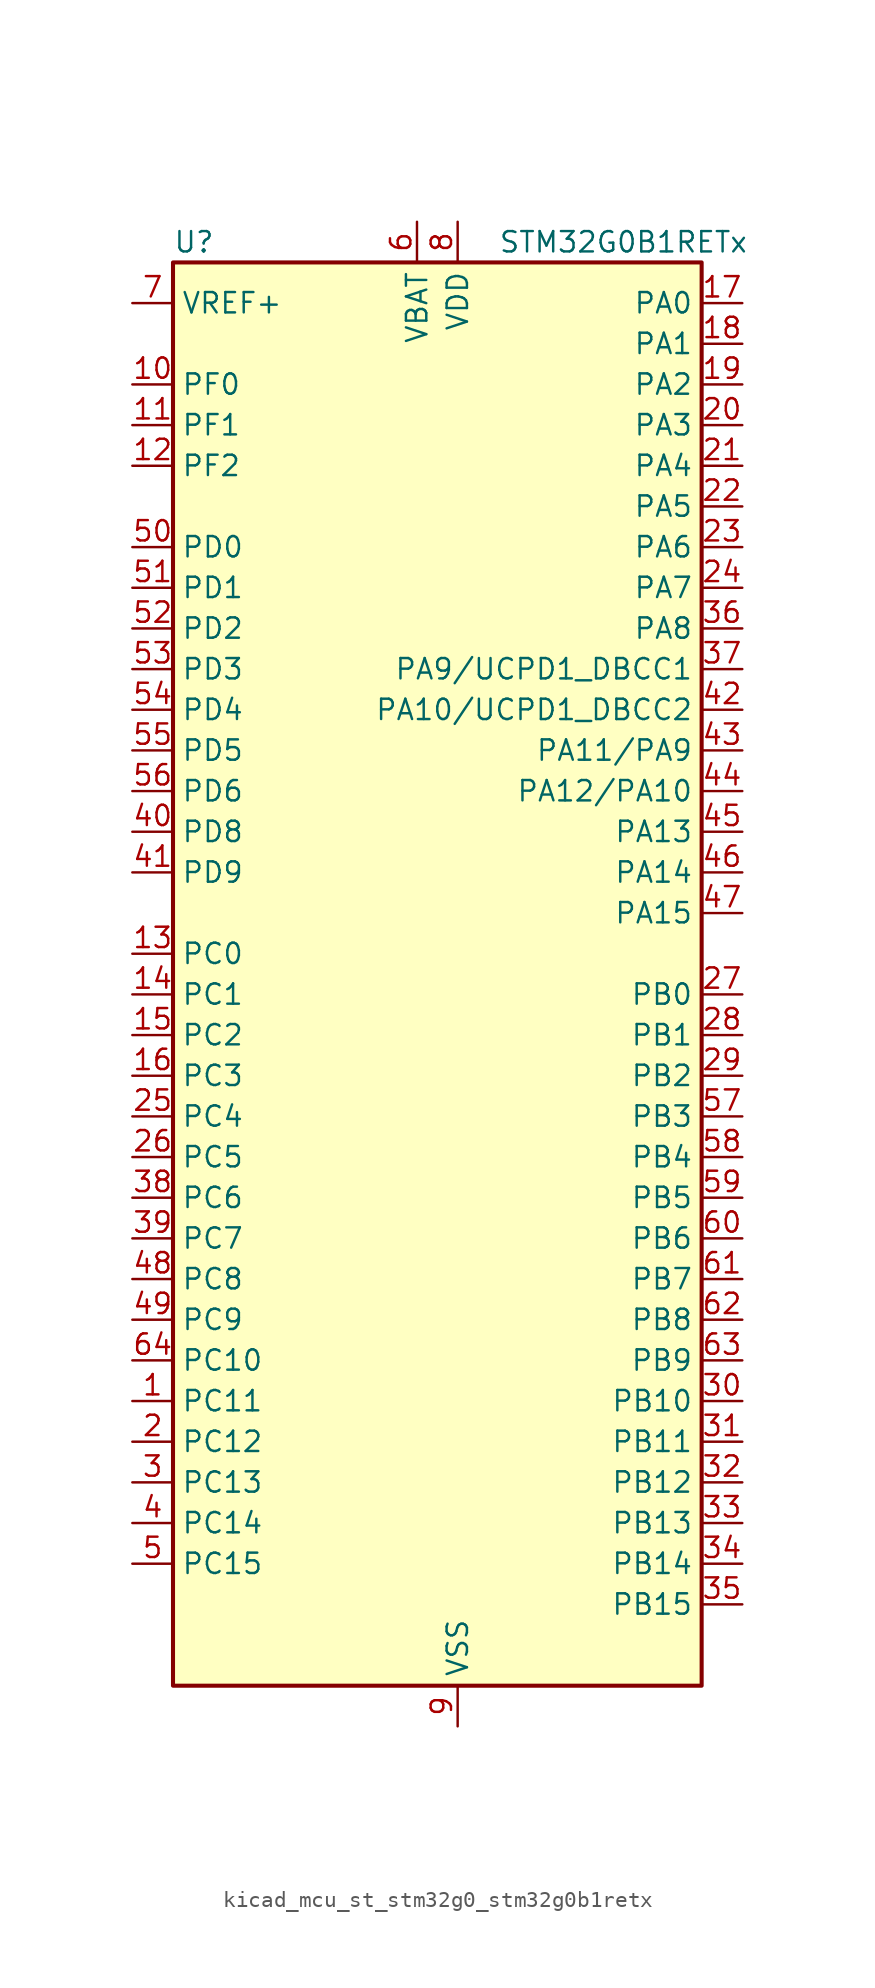
<source format=kicad_sym>
(kicad_symbol_lib
  (version 20220914)
  (generator kicad_symbol_editor)
  (symbol "kicad_mcu_st_stm32g0_stm32g0b1retx"
    (property "Reference" "U"
      (at -15.24 46.99 0)
      (effects (font (size 1.27 1.27)) (justify left)))
    (property "Value" "STM32G0B1RETx"
      (at 5.08 46.99 0)
      (effects (font (size 1.27 1.27)) (justify left)))
    (property "ki_locked" ""
      (at 0 0 0)
      (effects (font (size 1.27 1.27))))
    (symbol "kicad_mcu_st_stm32g0_stm32g0b1retx_0_1"
      (rectangle (start -15.24 -43.18) (end 17.78 45.72) (stroke (width 0.254) (type default)) (fill (type background))))
    (symbol "kicad_mcu_st_stm32g0_stm32g0b1retx_1_1"
      (pin bidirectional line (at -17.78 -25.4 0) (length 2.54) (name "PC11" (effects (font (size 1.27 1.27)))) (number "1" (effects (font (size 1.27 1.27)))) (alternate "ADC1_EXTI11" bidirectional line) (alternate "SPI3_MISO" bidirectional line) (alternate "TIM1_CH4" bidirectional line) (alternate "USART3_RX" bidirectional line) (alternate "USART4_RX" bidirectional line))
      (pin bidirectional line (at -17.78 38.1 0) (length 2.54) (name "PF0" (effects (font (size 1.27 1.27)))) (number "10" (effects (font (size 1.27 1.27)))) (alternate "CRS1_SYNC" bidirectional line) (alternate "RCC_OSC_IN" bidirectional line) (alternate "TIM14_CH1" bidirectional line))
      (pin bidirectional line (at -17.78 35.56 0) (length 2.54) (name "PF1" (effects (font (size 1.27 1.27)))) (number "11" (effects (font (size 1.27 1.27)))) (alternate "RCC_OSC_EN" bidirectional line) (alternate "RCC_OSC_OUT" bidirectional line) (alternate "TIM15_CH1N" bidirectional line))
      (pin bidirectional line (at -17.78 33.02 0) (length 2.54) (name "PF2" (effects (font (size 1.27 1.27)))) (number "12" (effects (font (size 1.27 1.27)))) (alternate "LPUART2_DE" bidirectional line) (alternate "LPUART2_RTS" bidirectional line) (alternate "LPUART2_TX" bidirectional line) (alternate "RCC_MCO" bidirectional line))
      (pin bidirectional line (at -17.78 2.54 0) (length 2.54) (name "PC0" (effects (font (size 1.27 1.27)))) (number "13" (effects (font (size 1.27 1.27)))) (alternate "COMP3_INM" bidirectional line) (alternate "COMP3_OUT" bidirectional line) (alternate "I2C3_SCL" bidirectional line) (alternate "LPTIM1_IN1" bidirectional line) (alternate "LPTIM2_IN1" bidirectional line) (alternate "LPUART1_RX" bidirectional line) (alternate "LPUART2_TX" bidirectional line) (alternate "USART6_TX" bidirectional line))
      (pin bidirectional line (at -17.78 0 0) (length 2.54) (name "PC1" (effects (font (size 1.27 1.27)))) (number "14" (effects (font (size 1.27 1.27)))) (alternate "COMP3_INP" bidirectional line) (alternate "I2C3_SDA" bidirectional line) (alternate "LPTIM1_OUT" bidirectional line) (alternate "LPUART1_TX" bidirectional line) (alternate "LPUART2_RX" bidirectional line) (alternate "TIM15_CH1" bidirectional line) (alternate "USART6_RX" bidirectional line))
      (pin bidirectional line (at -17.78 -2.54 0) (length 2.54) (name "PC2" (effects (font (size 1.27 1.27)))) (number "15" (effects (font (size 1.27 1.27)))) (alternate "COMP3_OUT" bidirectional line) (alternate "FDCAN2_RX" bidirectional line) (alternate "I2S2_MCK" bidirectional line) (alternate "LPTIM1_IN2" bidirectional line) (alternate "SPI2_MISO" bidirectional line) (alternate "TIM15_CH2" bidirectional line))
      (pin bidirectional line (at -17.78 -5.08 0) (length 2.54) (name "PC3" (effects (font (size 1.27 1.27)))) (number "16" (effects (font (size 1.27 1.27)))) (alternate "FDCAN2_TX" bidirectional line) (alternate "I2S2_SD" bidirectional line) (alternate "LPTIM1_ETR" bidirectional line) (alternate "LPTIM2_ETR" bidirectional line) (alternate "SPI2_MOSI" bidirectional line))
      (pin bidirectional line (at 20.32 43.18 180) (length 2.54) (name "PA0" (effects (font (size 1.27 1.27)))) (number "17" (effects (font (size 1.27 1.27)))) (alternate "ADC1_IN0" bidirectional line) (alternate "COMP1_INM" bidirectional line) (alternate "COMP1_OUT" bidirectional line) (alternate "I2S2_CK" bidirectional line) (alternate "LPTIM1_OUT" bidirectional line) (alternate "RTC_TAMP_IN2" bidirectional line) (alternate "SPI2_SCK" bidirectional line) (alternate "SYS_WKUP1" bidirectional line) (alternate "TIM2_CH1" bidirectional line) (alternate "TIM2_ETR" bidirectional line) (alternate "UCPD2_FRSTX1" bidirectional line) (alternate "UCPD2_FRSTX2" bidirectional line) (alternate "USART2_CTS" bidirectional line) (alternate "USART2_NSS" bidirectional line) (alternate "USART4_TX" bidirectional line))
      (pin bidirectional line (at 20.32 40.64 180) (length 2.54) (name "PA1" (effects (font (size 1.27 1.27)))) (number "18" (effects (font (size 1.27 1.27)))) (alternate "ADC1_IN1" bidirectional line) (alternate "COMP1_INP" bidirectional line) (alternate "I2C1_SMBA" bidirectional line) (alternate "I2S1_CK" bidirectional line) (alternate "SPI1_SCK" bidirectional line) (alternate "TIM15_CH1N" bidirectional line) (alternate "TIM2_CH2" bidirectional line) (alternate "USART2_CK" bidirectional line) (alternate "USART2_DE" bidirectional line) (alternate "USART2_RTS" bidirectional line) (alternate "USART4_RX" bidirectional line))
      (pin bidirectional line (at 20.32 38.1 180) (length 2.54) (name "PA2" (effects (font (size 1.27 1.27)))) (number "19" (effects (font (size 1.27 1.27)))) (alternate "ADC1_IN2" bidirectional line) (alternate "COMP2_INM" bidirectional line) (alternate "COMP2_OUT" bidirectional line) (alternate "I2S1_SD" bidirectional line) (alternate "LPUART1_TX" bidirectional line) (alternate "RCC_LSCO" bidirectional line) (alternate "SPI1_MOSI" bidirectional line) (alternate "SYS_WKUP4" bidirectional line) (alternate "TIM15_CH1" bidirectional line) (alternate "TIM2_CH3" bidirectional line) (alternate "UCPD1_FRSTX1" bidirectional line) (alternate "UCPD1_FRSTX2" bidirectional line) (alternate "USART2_TX" bidirectional line))
      (pin bidirectional line (at -17.78 -27.94 0) (length 2.54) (name "PC12" (effects (font (size 1.27 1.27)))) (number "2" (effects (font (size 1.27 1.27)))) (alternate "LPTIM1_IN1" bidirectional line) (alternate "SPI3_MOSI" bidirectional line) (alternate "TIM14_CH1" bidirectional line) (alternate "UCPD1_FRSTX1" bidirectional line) (alternate "UCPD1_FRSTX2" bidirectional line) (alternate "USART5_TX" bidirectional line))
      (pin bidirectional line (at 20.32 35.56 180) (length 2.54) (name "PA3" (effects (font (size 1.27 1.27)))) (number "20" (effects (font (size 1.27 1.27)))) (alternate "ADC1_IN3" bidirectional line) (alternate "COMP2_INP" bidirectional line) (alternate "I2S2_MCK" bidirectional line) (alternate "LPUART1_RX" bidirectional line) (alternate "SPI2_MISO" bidirectional line) (alternate "TIM15_CH2" bidirectional line) (alternate "TIM2_CH4" bidirectional line) (alternate "UCPD2_FRSTX1" bidirectional line) (alternate "UCPD2_FRSTX2" bidirectional line) (alternate "USART2_RX" bidirectional line))
      (pin bidirectional line (at 20.32 33.02 180) (length 2.54) (name "PA4" (effects (font (size 1.27 1.27)))) (number "21" (effects (font (size 1.27 1.27)))) (alternate "ADC1_IN4" bidirectional line) (alternate "DAC1_OUT1" bidirectional line) (alternate "I2S1_WS" bidirectional line) (alternate "I2S2_SD" bidirectional line) (alternate "LPTIM2_OUT" bidirectional line) (alternate "RTC_OUT2" bidirectional line) (alternate "SPI1_NSS" bidirectional line) (alternate "SPI2_MOSI" bidirectional line) (alternate "SPI3_NSS" bidirectional line) (alternate "TIM14_CH1" bidirectional line) (alternate "UCPD2_FRSTX1" bidirectional line) (alternate "UCPD2_FRSTX2" bidirectional line) (alternate "USART6_TX" bidirectional line) (alternate "USB_NOE" bidirectional line))
      (pin bidirectional line (at 20.32 30.48 180) (length 2.54) (name "PA5" (effects (font (size 1.27 1.27)))) (number "22" (effects (font (size 1.27 1.27)))) (alternate "ADC1_IN5" bidirectional line) (alternate "CEC" bidirectional line) (alternate "DAC1_OUT2" bidirectional line) (alternate "I2S1_CK" bidirectional line) (alternate "LPTIM2_ETR" bidirectional line) (alternate "SPI1_SCK" bidirectional line) (alternate "TIM2_CH1" bidirectional line) (alternate "TIM2_ETR" bidirectional line) (alternate "UCPD1_FRSTX1" bidirectional line) (alternate "UCPD1_FRSTX2" bidirectional line) (alternate "USART3_TX" bidirectional line) (alternate "USART6_RX" bidirectional line))
      (pin bidirectional line (at 20.32 27.94 180) (length 2.54) (name "PA6" (effects (font (size 1.27 1.27)))) (number "23" (effects (font (size 1.27 1.27)))) (alternate "ADC1_IN6" bidirectional line) (alternate "COMP1_OUT" bidirectional line) (alternate "I2C2_SDA" bidirectional line) (alternate "I2C3_SDA" bidirectional line) (alternate "I2S1_MCK" bidirectional line) (alternate "LPUART1_CTS" bidirectional line) (alternate "SPI1_MISO" bidirectional line) (alternate "TIM16_CH1" bidirectional line) (alternate "TIM1_BK" bidirectional line) (alternate "TIM3_CH1" bidirectional line) (alternate "USART3_CTS" bidirectional line) (alternate "USART3_NSS" bidirectional line) (alternate "USART6_CTS" bidirectional line) (alternate "USART6_NSS" bidirectional line))
      (pin bidirectional line (at 20.32 25.4 180) (length 2.54) (name "PA7" (effects (font (size 1.27 1.27)))) (number "24" (effects (font (size 1.27 1.27)))) (alternate "ADC1_IN7" bidirectional line) (alternate "COMP2_OUT" bidirectional line) (alternate "I2C2_SCL" bidirectional line) (alternate "I2C3_SCL" bidirectional line) (alternate "I2S1_SD" bidirectional line) (alternate "SPI1_MOSI" bidirectional line) (alternate "TIM14_CH1" bidirectional line) (alternate "TIM17_CH1" bidirectional line) (alternate "TIM1_CH1N" bidirectional line) (alternate "TIM3_CH2" bidirectional line) (alternate "UCPD1_FRSTX1" bidirectional line) (alternate "UCPD1_FRSTX2" bidirectional line) (alternate "USART6_CK" bidirectional line) (alternate "USART6_DE" bidirectional line) (alternate "USART6_RTS" bidirectional line))
      (pin bidirectional line (at -17.78 -7.62 0) (length 2.54) (name "PC4" (effects (font (size 1.27 1.27)))) (number "25" (effects (font (size 1.27 1.27)))) (alternate "ADC1_IN17" bidirectional line) (alternate "COMP1_INM" bidirectional line) (alternate "FDCAN1_RX" bidirectional line) (alternate "TIM2_CH1" bidirectional line) (alternate "TIM2_ETR" bidirectional line) (alternate "USART1_TX" bidirectional line) (alternate "USART3_TX" bidirectional line))
      (pin bidirectional line (at -17.78 -10.16 0) (length 2.54) (name "PC5" (effects (font (size 1.27 1.27)))) (number "26" (effects (font (size 1.27 1.27)))) (alternate "ADC1_IN18" bidirectional line) (alternate "COMP1_INP" bidirectional line) (alternate "FDCAN1_TX" bidirectional line) (alternate "SYS_WKUP5" bidirectional line) (alternate "TIM2_CH2" bidirectional line) (alternate "USART1_RX" bidirectional line) (alternate "USART3_RX" bidirectional line))
      (pin bidirectional line (at 20.32 0 180) (length 2.54) (name "PB0" (effects (font (size 1.27 1.27)))) (number "27" (effects (font (size 1.27 1.27)))) (alternate "ADC1_IN8" bidirectional line) (alternate "COMP1_OUT" bidirectional line) (alternate "COMP3_INP" bidirectional line) (alternate "FDCAN2_RX" bidirectional line) (alternate "I2S1_WS" bidirectional line) (alternate "LPTIM1_OUT" bidirectional line) (alternate "LPUART2_CTS" bidirectional line) (alternate "SPI1_NSS" bidirectional line) (alternate "TIM1_CH2N" bidirectional line) (alternate "TIM3_CH3" bidirectional line) (alternate "UCPD1_FRSTX1" bidirectional line) (alternate "UCPD1_FRSTX2" bidirectional line) (alternate "USART3_RX" bidirectional line) (alternate "USART5_TX" bidirectional line))
      (pin bidirectional line (at 20.32 -2.54 180) (length 2.54) (name "PB1" (effects (font (size 1.27 1.27)))) (number "28" (effects (font (size 1.27 1.27)))) (alternate "ADC1_IN9" bidirectional line) (alternate "COMP1_INM" bidirectional line) (alternate "COMP3_OUT" bidirectional line) (alternate "FDCAN2_TX" bidirectional line) (alternate "LPTIM2_IN1" bidirectional line) (alternate "LPUART1_DE" bidirectional line) (alternate "LPUART1_RTS" bidirectional line) (alternate "LPUART2_DE" bidirectional line) (alternate "LPUART2_RTS" bidirectional line) (alternate "TIM14_CH1" bidirectional line) (alternate "TIM1_CH3N" bidirectional line) (alternate "TIM3_CH4" bidirectional line) (alternate "USART3_CK" bidirectional line) (alternate "USART3_DE" bidirectional line) (alternate "USART3_RTS" bidirectional line) (alternate "USART5_RX" bidirectional line))
      (pin bidirectional line (at 20.32 -5.08 180) (length 2.54) (name "PB2" (effects (font (size 1.27 1.27)))) (number "29" (effects (font (size 1.27 1.27)))) (alternate "ADC1_IN10" bidirectional line) (alternate "COMP1_INP" bidirectional line) (alternate "COMP3_INM" bidirectional line) (alternate "I2S2_MCK" bidirectional line) (alternate "LPTIM1_OUT" bidirectional line) (alternate "RCC_MCO_2" bidirectional line) (alternate "SPI2_MISO" bidirectional line) (alternate "USART3_TX" bidirectional line))
      (pin bidirectional line (at -17.78 -30.48 0) (length 2.54) (name "PC13" (effects (font (size 1.27 1.27)))) (number "3" (effects (font (size 1.27 1.27)))) (alternate "RTC_OUT1" bidirectional line) (alternate "RTC_TAMP_IN1" bidirectional line) (alternate "RTC_TS" bidirectional line) (alternate "SYS_WKUP2" bidirectional line) (alternate "TIM1_BK" bidirectional line))
      (pin bidirectional line (at 20.32 -25.4 180) (length 2.54) (name "PB10" (effects (font (size 1.27 1.27)))) (number "30" (effects (font (size 1.27 1.27)))) (alternate "ADC1_IN11" bidirectional line) (alternate "CEC" bidirectional line) (alternate "COMP1_OUT" bidirectional line) (alternate "I2C2_SCL" bidirectional line) (alternate "I2S2_CK" bidirectional line) (alternate "LPUART1_RX" bidirectional line) (alternate "SPI2_SCK" bidirectional line) (alternate "TIM2_CH3" bidirectional line) (alternate "USART3_TX" bidirectional line))
      (pin bidirectional line (at 20.32 -27.94 180) (length 2.54) (name "PB11" (effects (font (size 1.27 1.27)))) (number "31" (effects (font (size 1.27 1.27)))) (alternate "ADC1_EXTI11" bidirectional line) (alternate "ADC1_IN15" bidirectional line) (alternate "COMP2_OUT" bidirectional line) (alternate "I2C2_SDA" bidirectional line) (alternate "I2S2_SD" bidirectional line) (alternate "LPUART1_TX" bidirectional line) (alternate "SPI2_MOSI" bidirectional line) (alternate "TIM2_CH4" bidirectional line) (alternate "USART3_RX" bidirectional line))
      (pin bidirectional line (at 20.32 -30.48 180) (length 2.54) (name "PB12" (effects (font (size 1.27 1.27)))) (number "32" (effects (font (size 1.27 1.27)))) (alternate "ADC1_IN16" bidirectional line) (alternate "FDCAN2_RX" bidirectional line) (alternate "I2C2_SMBA" bidirectional line) (alternate "I2S2_WS" bidirectional line) (alternate "LPUART1_DE" bidirectional line) (alternate "LPUART1_RTS" bidirectional line) (alternate "SPI2_NSS" bidirectional line) (alternate "TIM15_BK" bidirectional line) (alternate "TIM1_BK" bidirectional line) (alternate "UCPD2_FRSTX1" bidirectional line) (alternate "UCPD2_FRSTX2" bidirectional line))
      (pin bidirectional line (at 20.32 -33.02 180) (length 2.54) (name "PB13" (effects (font (size 1.27 1.27)))) (number "33" (effects (font (size 1.27 1.27)))) (alternate "FDCAN2_TX" bidirectional line) (alternate "I2C2_SCL" bidirectional line) (alternate "I2S2_CK" bidirectional line) (alternate "LPUART1_CTS" bidirectional line) (alternate "SPI2_SCK" bidirectional line) (alternate "TIM15_CH1N" bidirectional line) (alternate "TIM1_CH1N" bidirectional line) (alternate "USART3_CTS" bidirectional line) (alternate "USART3_NSS" bidirectional line))
      (pin bidirectional line (at 20.32 -35.56 180) (length 2.54) (name "PB14" (effects (font (size 1.27 1.27)))) (number "34" (effects (font (size 1.27 1.27)))) (alternate "I2C2_SDA" bidirectional line) (alternate "I2S2_MCK" bidirectional line) (alternate "SPI2_MISO" bidirectional line) (alternate "TIM15_CH1" bidirectional line) (alternate "TIM1_CH2N" bidirectional line) (alternate "UCPD1_FRSTX1" bidirectional line) (alternate "UCPD1_FRSTX2" bidirectional line) (alternate "USART3_CK" bidirectional line) (alternate "USART3_DE" bidirectional line) (alternate "USART3_RTS" bidirectional line) (alternate "USART6_CK" bidirectional line) (alternate "USART6_DE" bidirectional line) (alternate "USART6_RTS" bidirectional line))
      (pin bidirectional line (at 20.32 -38.1 180) (length 2.54) (name "PB15" (effects (font (size 1.27 1.27)))) (number "35" (effects (font (size 1.27 1.27)))) (alternate "I2S2_SD" bidirectional line) (alternate "RTC_REFIN" bidirectional line) (alternate "SPI2_MOSI" bidirectional line) (alternate "TIM15_CH1N" bidirectional line) (alternate "TIM15_CH2" bidirectional line) (alternate "TIM1_CH3N" bidirectional line) (alternate "UCPD1_CC2" bidirectional line) (alternate "USART6_CTS" bidirectional line) (alternate "USART6_NSS" bidirectional line))
      (pin bidirectional line (at 20.32 22.86 180) (length 2.54) (name "PA8" (effects (font (size 1.27 1.27)))) (number "36" (effects (font (size 1.27 1.27)))) (alternate "CRS1_SYNC" bidirectional line) (alternate "I2C2_SMBA" bidirectional line) (alternate "I2S2_WS" bidirectional line) (alternate "LPTIM2_OUT" bidirectional line) (alternate "RCC_MCO" bidirectional line) (alternate "SPI2_NSS" bidirectional line) (alternate "TIM1_CH1" bidirectional line) (alternate "UCPD1_CC1" bidirectional line))
      (pin bidirectional line (at 20.32 20.32 180) (length 2.54) (name "PA9/UCPD1_DBCC1" (effects (font (size 1.27 1.27)))) (number "37" (effects (font (size 1.27 1.27)))) (alternate "DAC1_EXTI9" bidirectional line) (alternate "I2C1_SCL" bidirectional line) (alternate "I2C2_SCL" bidirectional line) (alternate "I2S2_MCK" bidirectional line) (alternate "RCC_MCO" bidirectional line) (alternate "SPI2_MISO" bidirectional line) (alternate "TIM15_BK" bidirectional line) (alternate "TIM1_CH2" bidirectional line) (alternate "UCPD1_DBCC1" bidirectional line) (alternate "USART1_TX" bidirectional line))
      (pin bidirectional line (at -17.78 -12.7 0) (length 2.54) (name "PC6" (effects (font (size 1.27 1.27)))) (number "38" (effects (font (size 1.27 1.27)))) (alternate "LPUART2_TX" bidirectional line) (alternate "TIM2_CH3" bidirectional line) (alternate "TIM3_CH1" bidirectional line) (alternate "UCPD1_FRSTX1" bidirectional line) (alternate "UCPD1_FRSTX2" bidirectional line))
      (pin bidirectional line (at -17.78 -15.24 0) (length 2.54) (name "PC7" (effects (font (size 1.27 1.27)))) (number "39" (effects (font (size 1.27 1.27)))) (alternate "LPUART2_RX" bidirectional line) (alternate "TIM2_CH4" bidirectional line) (alternate "TIM3_CH2" bidirectional line) (alternate "UCPD2_FRSTX1" bidirectional line) (alternate "UCPD2_FRSTX2" bidirectional line))
      (pin bidirectional line (at -17.78 -33.02 0) (length 2.54) (name "PC14" (effects (font (size 1.27 1.27)))) (number "4" (effects (font (size 1.27 1.27)))) (alternate "RCC_OSC32_IN" bidirectional line) (alternate "TIM1_BK2" bidirectional line))
      (pin bidirectional line (at -17.78 10.16 0) (length 2.54) (name "PD8" (effects (font (size 1.27 1.27)))) (number "40" (effects (font (size 1.27 1.27)))) (alternate "I2S1_CK" bidirectional line) (alternate "LPTIM1_OUT" bidirectional line) (alternate "SPI1_SCK" bidirectional line) (alternate "USART3_TX" bidirectional line))
      (pin bidirectional line (at -17.78 7.62 0) (length 2.54) (name "PD9" (effects (font (size 1.27 1.27)))) (number "41" (effects (font (size 1.27 1.27)))) (alternate "DAC1_EXTI9" bidirectional line) (alternate "I2S1_WS" bidirectional line) (alternate "SPI1_NSS" bidirectional line) (alternate "TIM1_BK2" bidirectional line) (alternate "USART3_RX" bidirectional line))
      (pin bidirectional line (at 20.32 17.78 180) (length 2.54) (name "PA10/UCPD1_DBCC2" (effects (font (size 1.27 1.27)))) (number "42" (effects (font (size 1.27 1.27)))) (alternate "I2C1_SDA" bidirectional line) (alternate "I2C2_SDA" bidirectional line) (alternate "I2S2_SD" bidirectional line) (alternate "RCC_MCO_2" bidirectional line) (alternate "SPI2_MOSI" bidirectional line) (alternate "TIM17_BK" bidirectional line) (alternate "TIM1_CH3" bidirectional line) (alternate "UCPD1_DBCC2" bidirectional line) (alternate "USART1_RX" bidirectional line))
      (pin bidirectional line (at 20.32 15.24 180) (length 2.54) (name "PA11/PA9" (effects (font (size 1.27 1.27)))) (number "43" (effects (font (size 1.27 1.27)))) (alternate "ADC1_EXTI11" bidirectional line) (alternate "COMP1_OUT" bidirectional line) (alternate "FDCAN1_RX" bidirectional line) (alternate "I2C2_SCL" bidirectional line) (alternate "I2S1_MCK" bidirectional line) (alternate "SPI1_MISO" bidirectional line) (alternate "TIM1_BK2" bidirectional line) (alternate "TIM1_CH4" bidirectional line) (alternate "USART1_CTS" bidirectional line) (alternate "USART1_NSS" bidirectional line) (alternate "USB_DM" bidirectional line))
      (pin bidirectional line (at 20.32 12.7 180) (length 2.54) (name "PA12/PA10" (effects (font (size 1.27 1.27)))) (number "44" (effects (font (size 1.27 1.27)))) (alternate "COMP2_OUT" bidirectional line) (alternate "FDCAN1_TX" bidirectional line) (alternate "I2C2_SDA" bidirectional line) (alternate "I2S1_SD" bidirectional line) (alternate "I2S_CKIN" bidirectional line) (alternate "SPI1_MOSI" bidirectional line) (alternate "TIM1_ETR" bidirectional line) (alternate "USART1_CK" bidirectional line) (alternate "USART1_DE" bidirectional line) (alternate "USART1_RTS" bidirectional line) (alternate "USB_DP" bidirectional line))
      (pin bidirectional line (at 20.32 10.16 180) (length 2.54) (name "PA13" (effects (font (size 1.27 1.27)))) (number "45" (effects (font (size 1.27 1.27)))) (alternate "IR_OUT" bidirectional line) (alternate "LPUART2_RX" bidirectional line) (alternate "SYS_SWDIO" bidirectional line) (alternate "USB_NOE" bidirectional line))
      (pin bidirectional line (at 20.32 7.62 180) (length 2.54) (name "PA14" (effects (font (size 1.27 1.27)))) (number "46" (effects (font (size 1.27 1.27)))) (alternate "LPUART2_TX" bidirectional line) (alternate "SYS_SWCLK" bidirectional line) (alternate "USART2_TX" bidirectional line))
      (pin bidirectional line (at 20.32 5.08 180) (length 2.54) (name "PA15" (effects (font (size 1.27 1.27)))) (number "47" (effects (font (size 1.27 1.27)))) (alternate "I2C2_SMBA" bidirectional line) (alternate "I2S1_WS" bidirectional line) (alternate "RCC_MCO_2" bidirectional line) (alternate "SPI1_NSS" bidirectional line) (alternate "SPI3_NSS" bidirectional line) (alternate "TIM2_CH1" bidirectional line) (alternate "TIM2_ETR" bidirectional line) (alternate "USART2_RX" bidirectional line) (alternate "USART3_CK" bidirectional line) (alternate "USART3_DE" bidirectional line) (alternate "USART3_RTS" bidirectional line) (alternate "USART4_CK" bidirectional line) (alternate "USART4_DE" bidirectional line) (alternate "USART4_RTS" bidirectional line) (alternate "USB_NOE" bidirectional line))
      (pin bidirectional line (at -17.78 -17.78 0) (length 2.54) (name "PC8" (effects (font (size 1.27 1.27)))) (number "48" (effects (font (size 1.27 1.27)))) (alternate "LPUART2_CTS" bidirectional line) (alternate "TIM1_CH1" bidirectional line) (alternate "TIM3_CH3" bidirectional line) (alternate "UCPD2_FRSTX1" bidirectional line) (alternate "UCPD2_FRSTX2" bidirectional line))
      (pin bidirectional line (at -17.78 -20.32 0) (length 2.54) (name "PC9" (effects (font (size 1.27 1.27)))) (number "49" (effects (font (size 1.27 1.27)))) (alternate "DAC1_EXTI9" bidirectional line) (alternate "I2S_CKIN" bidirectional line) (alternate "LPUART2_DE" bidirectional line) (alternate "LPUART2_RTS" bidirectional line) (alternate "TIM1_CH2" bidirectional line) (alternate "TIM3_CH4" bidirectional line) (alternate "USB_NOE" bidirectional line))
      (pin bidirectional line (at -17.78 -35.56 0) (length 2.54) (name "PC15" (effects (font (size 1.27 1.27)))) (number "5" (effects (font (size 1.27 1.27)))) (alternate "RCC_OSC32_EN" bidirectional line) (alternate "RCC_OSC32_OUT" bidirectional line) (alternate "RCC_OSC_EN" bidirectional line) (alternate "TIM15_BK" bidirectional line))
      (pin bidirectional line (at -17.78 27.94 0) (length 2.54) (name "PD0" (effects (font (size 1.27 1.27)))) (number "50" (effects (font (size 1.27 1.27)))) (alternate "FDCAN1_RX" bidirectional line) (alternate "I2S2_WS" bidirectional line) (alternate "SPI2_NSS" bidirectional line) (alternate "TIM16_CH1" bidirectional line) (alternate "UCPD2_CC1" bidirectional line))
      (pin bidirectional line (at -17.78 25.4 0) (length 2.54) (name "PD1" (effects (font (size 1.27 1.27)))) (number "51" (effects (font (size 1.27 1.27)))) (alternate "FDCAN1_TX" bidirectional line) (alternate "I2S2_CK" bidirectional line) (alternate "SPI2_SCK" bidirectional line) (alternate "TIM17_CH1" bidirectional line) (alternate "UCPD2_DBCC1" bidirectional line))
      (pin bidirectional line (at -17.78 22.86 0) (length 2.54) (name "PD2" (effects (font (size 1.27 1.27)))) (number "52" (effects (font (size 1.27 1.27)))) (alternate "TIM1_CH1N" bidirectional line) (alternate "TIM3_ETR" bidirectional line) (alternate "UCPD2_CC2" bidirectional line) (alternate "USART3_CK" bidirectional line) (alternate "USART3_DE" bidirectional line) (alternate "USART3_RTS" bidirectional line) (alternate "USART5_RX" bidirectional line))
      (pin bidirectional line (at -17.78 20.32 0) (length 2.54) (name "PD3" (effects (font (size 1.27 1.27)))) (number "53" (effects (font (size 1.27 1.27)))) (alternate "I2S2_MCK" bidirectional line) (alternate "SPI2_MISO" bidirectional line) (alternate "TIM1_CH2N" bidirectional line) (alternate "UCPD2_DBCC2" bidirectional line) (alternate "USART2_CTS" bidirectional line) (alternate "USART2_NSS" bidirectional line) (alternate "USART5_TX" bidirectional line))
      (pin bidirectional line (at -17.78 17.78 0) (length 2.54) (name "PD4" (effects (font (size 1.27 1.27)))) (number "54" (effects (font (size 1.27 1.27)))) (alternate "I2S2_SD" bidirectional line) (alternate "SPI2_MOSI" bidirectional line) (alternate "TIM1_CH3N" bidirectional line) (alternate "USART2_CK" bidirectional line) (alternate "USART2_DE" bidirectional line) (alternate "USART2_RTS" bidirectional line) (alternate "USART5_CK" bidirectional line) (alternate "USART5_DE" bidirectional line) (alternate "USART5_RTS" bidirectional line))
      (pin bidirectional line (at -17.78 15.24 0) (length 2.54) (name "PD5" (effects (font (size 1.27 1.27)))) (number "55" (effects (font (size 1.27 1.27)))) (alternate "I2S1_MCK" bidirectional line) (alternate "SPI1_MISO" bidirectional line) (alternate "TIM1_BK" bidirectional line) (alternate "USART2_TX" bidirectional line) (alternate "USART5_CTS" bidirectional line) (alternate "USART5_NSS" bidirectional line))
      (pin bidirectional line (at -17.78 12.7 0) (length 2.54) (name "PD6" (effects (font (size 1.27 1.27)))) (number "56" (effects (font (size 1.27 1.27)))) (alternate "I2S1_SD" bidirectional line) (alternate "LPTIM2_OUT" bidirectional line) (alternate "SPI1_MOSI" bidirectional line) (alternate "USART2_RX" bidirectional line))
      (pin bidirectional line (at 20.32 -7.62 180) (length 2.54) (name "PB3" (effects (font (size 1.27 1.27)))) (number "57" (effects (font (size 1.27 1.27)))) (alternate "COMP2_INM" bidirectional line) (alternate "I2C2_SCL" bidirectional line) (alternate "I2C3_SCL" bidirectional line) (alternate "I2S1_CK" bidirectional line) (alternate "SPI1_SCK" bidirectional line) (alternate "SPI3_SCK" bidirectional line) (alternate "TIM1_CH2" bidirectional line) (alternate "TIM2_CH2" bidirectional line) (alternate "USART1_CK" bidirectional line) (alternate "USART1_DE" bidirectional line) (alternate "USART1_RTS" bidirectional line) (alternate "USART5_TX" bidirectional line))
      (pin bidirectional line (at 20.32 -10.16 180) (length 2.54) (name "PB4" (effects (font (size 1.27 1.27)))) (number "58" (effects (font (size 1.27 1.27)))) (alternate "COMP2_INP" bidirectional line) (alternate "I2C2_SDA" bidirectional line) (alternate "I2C3_SDA" bidirectional line) (alternate "I2S1_MCK" bidirectional line) (alternate "SPI1_MISO" bidirectional line) (alternate "SPI3_MISO" bidirectional line) (alternate "TIM17_BK" bidirectional line) (alternate "TIM3_CH1" bidirectional line) (alternate "USART1_CTS" bidirectional line) (alternate "USART1_NSS" bidirectional line) (alternate "USART5_RX" bidirectional line))
      (pin bidirectional line (at 20.32 -12.7 180) (length 2.54) (name "PB5" (effects (font (size 1.27 1.27)))) (number "59" (effects (font (size 1.27 1.27)))) (alternate "COMP2_OUT" bidirectional line) (alternate "FDCAN2_RX" bidirectional line) (alternate "I2C1_SMBA" bidirectional line) (alternate "I2S1_SD" bidirectional line) (alternate "LPTIM1_IN1" bidirectional line) (alternate "SPI1_MOSI" bidirectional line) (alternate "SPI3_MOSI" bidirectional line) (alternate "SYS_WKUP6" bidirectional line) (alternate "TIM16_BK" bidirectional line) (alternate "TIM3_CH2" bidirectional line) (alternate "USART5_CK" bidirectional line) (alternate "USART5_DE" bidirectional line) (alternate "USART5_RTS" bidirectional line))
      (pin power_in line (at 0 48.26 270) (length 2.54) (name "VBAT" (effects (font (size 1.27 1.27)))) (number "6" (effects (font (size 1.27 1.27)))))
      (pin bidirectional line (at 20.32 -15.24 180) (length 2.54) (name "PB6" (effects (font (size 1.27 1.27)))) (number "60" (effects (font (size 1.27 1.27)))) (alternate "COMP2_INP" bidirectional line) (alternate "FDCAN2_TX" bidirectional line) (alternate "I2C1_SCL" bidirectional line) (alternate "I2S2_MCK" bidirectional line) (alternate "LPTIM1_ETR" bidirectional line) (alternate "LPUART2_TX" bidirectional line) (alternate "SPI2_MISO" bidirectional line) (alternate "TIM16_CH1N" bidirectional line) (alternate "TIM1_CH3" bidirectional line) (alternate "TIM4_CH1" bidirectional line) (alternate "USART1_TX" bidirectional line) (alternate "USART5_CTS" bidirectional line) (alternate "USART5_NSS" bidirectional line))
      (pin bidirectional line (at 20.32 -17.78 180) (length 2.54) (name "PB7" (effects (font (size 1.27 1.27)))) (number "61" (effects (font (size 1.27 1.27)))) (alternate "COMP2_INM" bidirectional line) (alternate "I2C1_SDA" bidirectional line) (alternate "I2S2_SD" bidirectional line) (alternate "LPTIM1_IN2" bidirectional line) (alternate "LPUART2_RX" bidirectional line) (alternate "SPI2_MOSI" bidirectional line) (alternate "SYS_PVD_IN" bidirectional line) (alternate "TIM17_CH1N" bidirectional line) (alternate "TIM4_CH2" bidirectional line) (alternate "USART1_RX" bidirectional line) (alternate "USART4_CTS" bidirectional line) (alternate "USART4_NSS" bidirectional line))
      (pin bidirectional line (at 20.32 -20.32 180) (length 2.54) (name "PB8" (effects (font (size 1.27 1.27)))) (number "62" (effects (font (size 1.27 1.27)))) (alternate "CEC" bidirectional line) (alternate "FDCAN1_RX" bidirectional line) (alternate "I2C1_SCL" bidirectional line) (alternate "I2S2_CK" bidirectional line) (alternate "SPI2_SCK" bidirectional line) (alternate "TIM15_BK" bidirectional line) (alternate "TIM16_CH1" bidirectional line) (alternate "TIM4_CH3" bidirectional line) (alternate "USART3_TX" bidirectional line) (alternate "USART6_TX" bidirectional line))
      (pin bidirectional line (at 20.32 -22.86 180) (length 2.54) (name "PB9" (effects (font (size 1.27 1.27)))) (number "63" (effects (font (size 1.27 1.27)))) (alternate "DAC1_EXTI9" bidirectional line) (alternate "FDCAN1_TX" bidirectional line) (alternate "I2C1_SDA" bidirectional line) (alternate "I2S2_WS" bidirectional line) (alternate "IR_OUT" bidirectional line) (alternate "SPI2_NSS" bidirectional line) (alternate "TIM17_CH1" bidirectional line) (alternate "TIM4_CH4" bidirectional line) (alternate "UCPD2_FRSTX1" bidirectional line) (alternate "UCPD2_FRSTX2" bidirectional line) (alternate "USART3_RX" bidirectional line) (alternate "USART6_RX" bidirectional line))
      (pin bidirectional line (at -17.78 -22.86 0) (length 2.54) (name "PC10" (effects (font (size 1.27 1.27)))) (number "64" (effects (font (size 1.27 1.27)))) (alternate "SPI3_SCK" bidirectional line) (alternate "TIM1_CH3" bidirectional line) (alternate "USART3_TX" bidirectional line) (alternate "USART4_TX" bidirectional line))
      (pin input line (at -17.78 43.18 0) (length 2.54) (name "VREF+" (effects (font (size 1.27 1.27)))) (number "7" (effects (font (size 1.27 1.27)))) (alternate "VREFBUF_OUT" bidirectional line))
      (pin power_in line (at 2.54 48.26 270) (length 2.54) (name "VDD" (effects (font (size 1.27 1.27)))) (number "8" (effects (font (size 1.27 1.27)))))
      (pin power_in line (at 2.54 -45.72 90) (length 2.54) (name "VSS" (effects (font (size 1.27 1.27)))) (number "9" (effects (font (size 1.27 1.27))))))))
</source>
